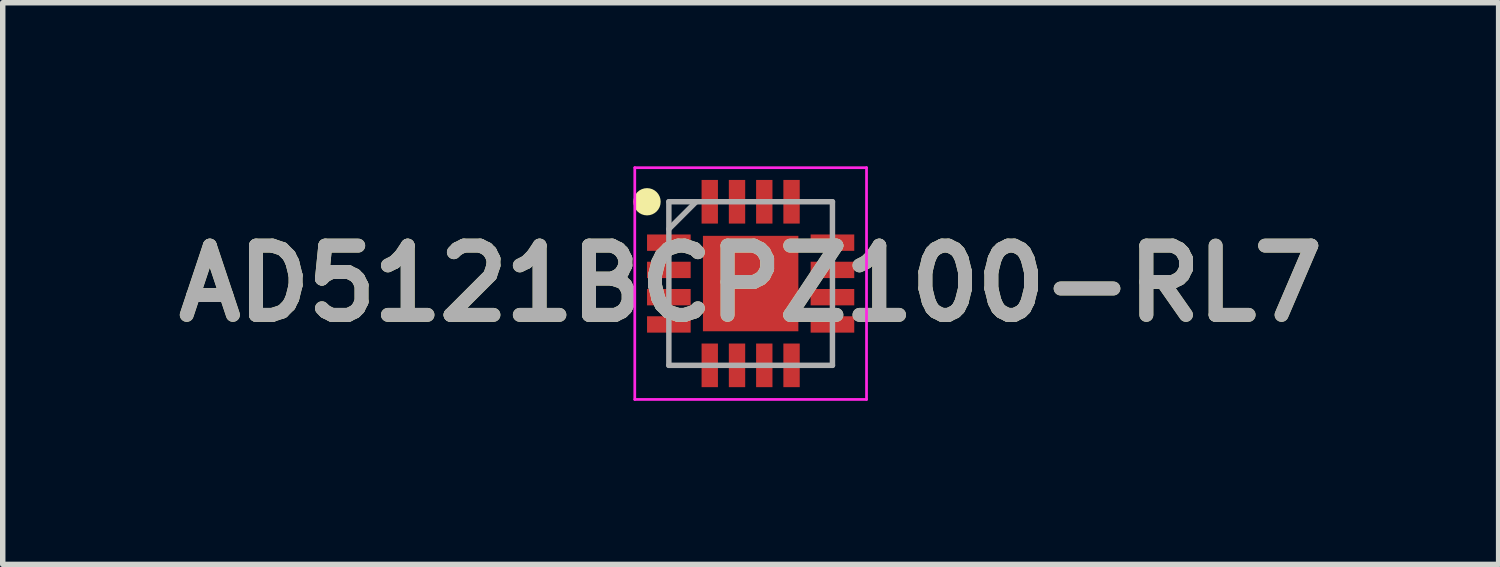
<source format=kicad_pcb>
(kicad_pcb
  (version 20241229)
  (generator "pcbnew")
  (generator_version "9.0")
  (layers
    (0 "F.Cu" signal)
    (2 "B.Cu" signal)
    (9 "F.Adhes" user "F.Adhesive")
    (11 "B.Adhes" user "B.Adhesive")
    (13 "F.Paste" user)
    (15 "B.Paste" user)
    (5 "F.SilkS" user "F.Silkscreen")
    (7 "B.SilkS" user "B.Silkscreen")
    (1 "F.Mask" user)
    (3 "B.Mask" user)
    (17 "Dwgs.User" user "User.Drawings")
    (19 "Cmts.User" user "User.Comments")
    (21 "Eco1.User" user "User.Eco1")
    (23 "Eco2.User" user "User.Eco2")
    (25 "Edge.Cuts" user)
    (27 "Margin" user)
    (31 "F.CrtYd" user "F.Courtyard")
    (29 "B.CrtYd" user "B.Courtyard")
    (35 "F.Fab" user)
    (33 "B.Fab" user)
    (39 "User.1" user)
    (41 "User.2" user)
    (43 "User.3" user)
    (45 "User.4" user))
  (footprint "AD5121BCPZ100-RL7"
    (layer "F.Cu")
    (at 10.716 2.15)
    (property "Reference" "AD5121BCPZ100-RL7" (at 0 0 0) (layer "F.SilkS") (effects (font (size 1.27 1.27) (thickness 0.254))))
    (attr smd)
    (fp_circle (center -1.9 -1.5) (end -1.9 -1.375) (stroke (width 0.25) (type solid)) (fill no) (layer "F.SilkS"))
    (fp_line (start -2.125 -2.125) (end 2.125 -2.125) (stroke (width 0.05) (type solid)) (layer "F.CrtYd"))
    (fp_line (start -2.125 2.125) (end -2.125 -2.125) (stroke (width 0.05) (type solid)) (layer "F.CrtYd"))
    (fp_line (start 2.125 -2.125) (end 2.125 2.125) (stroke (width 0.05) (type solid)) (layer "F.CrtYd"))
    (fp_line (start 2.125 2.125) (end -2.125 2.125) (stroke (width 0.05) (type solid)) (layer "F.CrtYd"))
    (fp_line (start -1.5 -1.5) (end 1.5 -1.5) (stroke (width 0.1) (type solid)) (layer "F.Fab"))
    (fp_line (start -1.5 -1) (end -1 -1.5) (stroke (width 0.1) (type solid)) (layer "F.Fab"))
    (fp_line (start -1.5 1.5) (end -1.5 -1.5) (stroke (width 0.1) (type solid)) (layer "F.Fab"))
    (fp_line (start 1.5 -1.5) (end 1.5 1.5) (stroke (width 0.1) (type solid)) (layer "F.Fab"))
    (fp_line (start 1.5 1.5) (end -1.5 1.5) (stroke (width 0.1) (type solid)) (layer "F.Fab"))
    (fp_text user "${REFERENCE}" (at 0 0 0) (layer "F.Fab") (effects (font (size 1.27 1.27) (thickness 0.254))))
    (pad "1" smd rect (at -1.5 -0.75 90) (size 0.3 0.8) (layers "F.Cu" "F.Mask" "F.Paste"))
    (pad "2" smd rect (at -1.5 -0.25 90) (size 0.3 0.8) (layers "F.Cu" "F.Mask" "F.Paste"))
    (pad "3" smd rect (at -1.5 0.25 90) (size 0.3 0.8) (layers "F.Cu" "F.Mask" "F.Paste"))
    (pad "4" smd rect (at -1.5 0.75 90) (size 0.3 0.8) (layers "F.Cu" "F.Mask" "F.Paste"))
    (pad "5" smd rect (at -0.75 1.5) (size 0.3 0.8) (layers "F.Cu" "F.Mask" "F.Paste"))
    (pad "6" smd rect (at -0.25 1.5) (size 0.3 0.8) (layers "F.Cu" "F.Mask" "F.Paste"))
    (pad "7" smd rect (at 0.25 1.5) (size 0.3 0.8) (layers "F.Cu" "F.Mask" "F.Paste"))
    (pad "8" smd rect (at 0.75 1.5) (size 0.3 0.8) (layers "F.Cu" "F.Mask" "F.Paste"))
    (pad "9" smd rect (at 1.5 0.75 90) (size 0.3 0.8) (layers "F.Cu" "F.Mask" "F.Paste"))
    (pad "10" smd rect (at 1.5 0.25 90) (size 0.3 0.8) (layers "F.Cu" "F.Mask" "F.Paste"))
    (pad "11" smd rect (at 1.5 -0.25 90) (size 0.3 0.8) (layers "F.Cu" "F.Mask" "F.Paste"))
    (pad "12" smd rect (at 1.5 -0.75 90) (size 0.3 0.8) (layers "F.Cu" "F.Mask" "F.Paste"))
    (pad "13" smd rect (at 0.75 -1.5) (size 0.3 0.8) (layers "F.Cu" "F.Mask" "F.Paste"))
    (pad "14" smd rect (at 0.25 -1.5) (size 0.3 0.8) (layers "F.Cu" "F.Mask" "F.Paste"))
    (pad "15" smd rect (at -0.25 -1.5) (size 0.3 0.8) (layers "F.Cu" "F.Mask" "F.Paste"))
    (pad "16" smd rect (at -0.75 -1.5) (size 0.3 0.8) (layers "F.Cu" "F.Mask" "F.Paste"))
    (pad "17" smd rect (at 0 0) (size 1.75 1.75) (layers "F.Cu" "F.Mask" "F.Paste")))
  (gr_rect
    (start -3 -3)
    (end 24.433 7.3)
    (stroke (width 0.1) (type default))
    (fill no)
    (layer "Edge.Cuts")))
</source>
